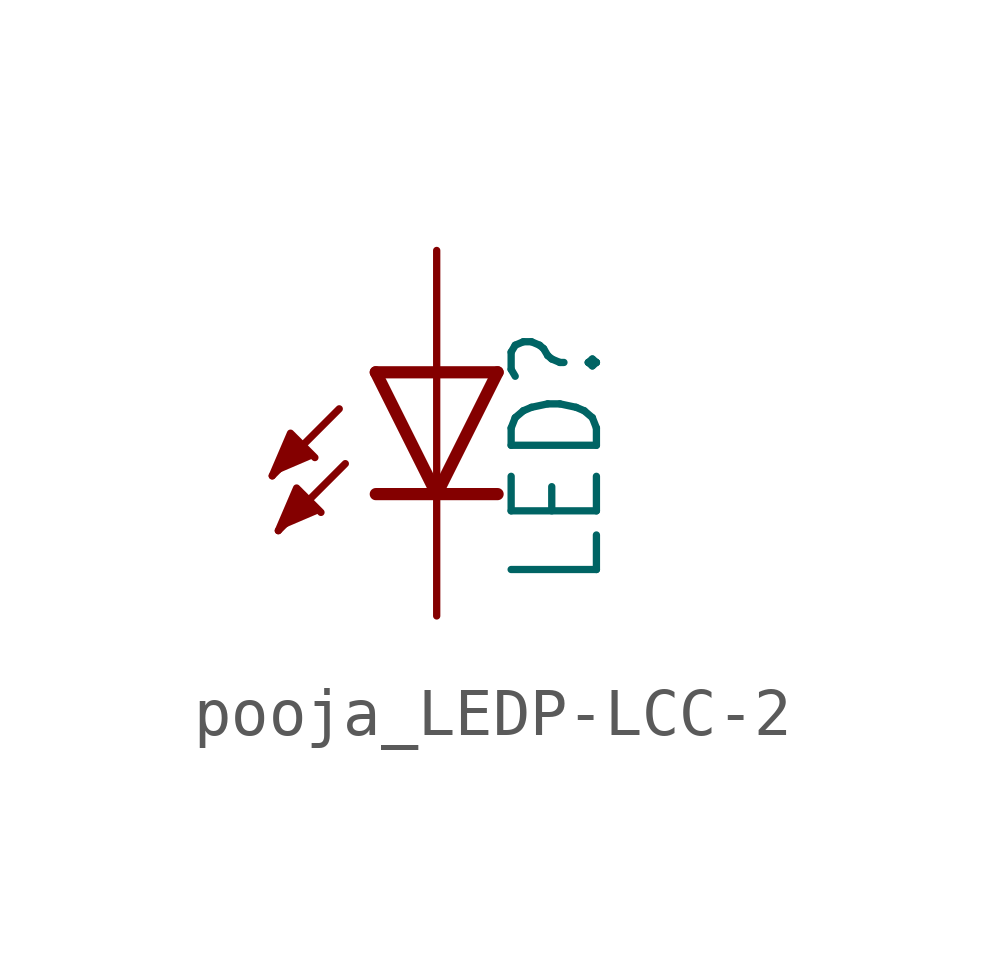
<source format=kicad_sym>
(kicad_symbol_lib
  (version 20220914)
  (generator kicad_symbol_editor)
  (symbol "pooja_LEDP-LCC-2"
    (property "Reference" "LED"
      (at 3.556 -4.572 90)
      (effects (font (size 1.778 1.511)) (justify left bottom)))
    (property "Value" ""
      (at 5.715 -4.572 90)
      (effects (font (size 1.778 1.511)) (justify left bottom)))
    (property "ki_locked" ""
      (at 0 0 0)
      (effects (font (size 1.27 1.27))))
    (symbol "pooja_LEDP-LCC-2_1_0"
      (polyline (pts (xy -2.032 -0.762) (xy -3.429 -2.159)) (stroke (width 0.152) (type solid)) (fill (type none)))
      (polyline (pts (xy -1.905 -1.905) (xy -3.302 -3.302)) (stroke (width 0.152) (type solid)) (fill (type none)))
      (polyline (pts (xy 0 -2.54) (xy -1.27 -2.54)) (stroke (width 0.254) (type solid)) (fill (type none)))
      (polyline (pts (xy 0 -2.54) (xy -1.27 0)) (stroke (width 0.254) (type solid)) (fill (type none)))
      (polyline (pts (xy 0 0) (xy -1.27 0)) (stroke (width 0.254) (type solid)) (fill (type none)))
      (polyline (pts (xy 0 0) (xy 0 -2.54)) (stroke (width 0.152) (type solid)) (fill (type none)))
      (polyline (pts (xy 1.27 -2.54) (xy 0 -2.54)) (stroke (width 0.254) (type solid)) (fill (type none)))
      (polyline (pts (xy 1.27 0) (xy 0 -2.54)) (stroke (width 0.254) (type solid)) (fill (type none)))
      (polyline (pts (xy 1.27 0) (xy 0 0)) (stroke (width 0.254) (type solid)) (fill (type none)))
      (polyline (pts (xy -3.429 -2.159) (xy -3.048 -1.27) (xy -2.54 -1.778)) (stroke (width 0.152) (type solid)) (fill (type outline)))
      (polyline (pts (xy -3.302 -3.302) (xy -2.921 -2.413) (xy -2.413 -2.921)) (stroke (width 0.152) (type solid)) (fill (type outline)))
      (pin passive line (at 0 2.54 270) (length 2.54) (name "A" (effects (font (size 0 0)))) (number "A" (effects (font (size 0 0)))))
      (pin passive line (at 0 -5.08 90) (length 2.54) (name "C" (effects (font (size 0 0)))) (number "C" (effects (font (size 0 0))))))))
</source>
